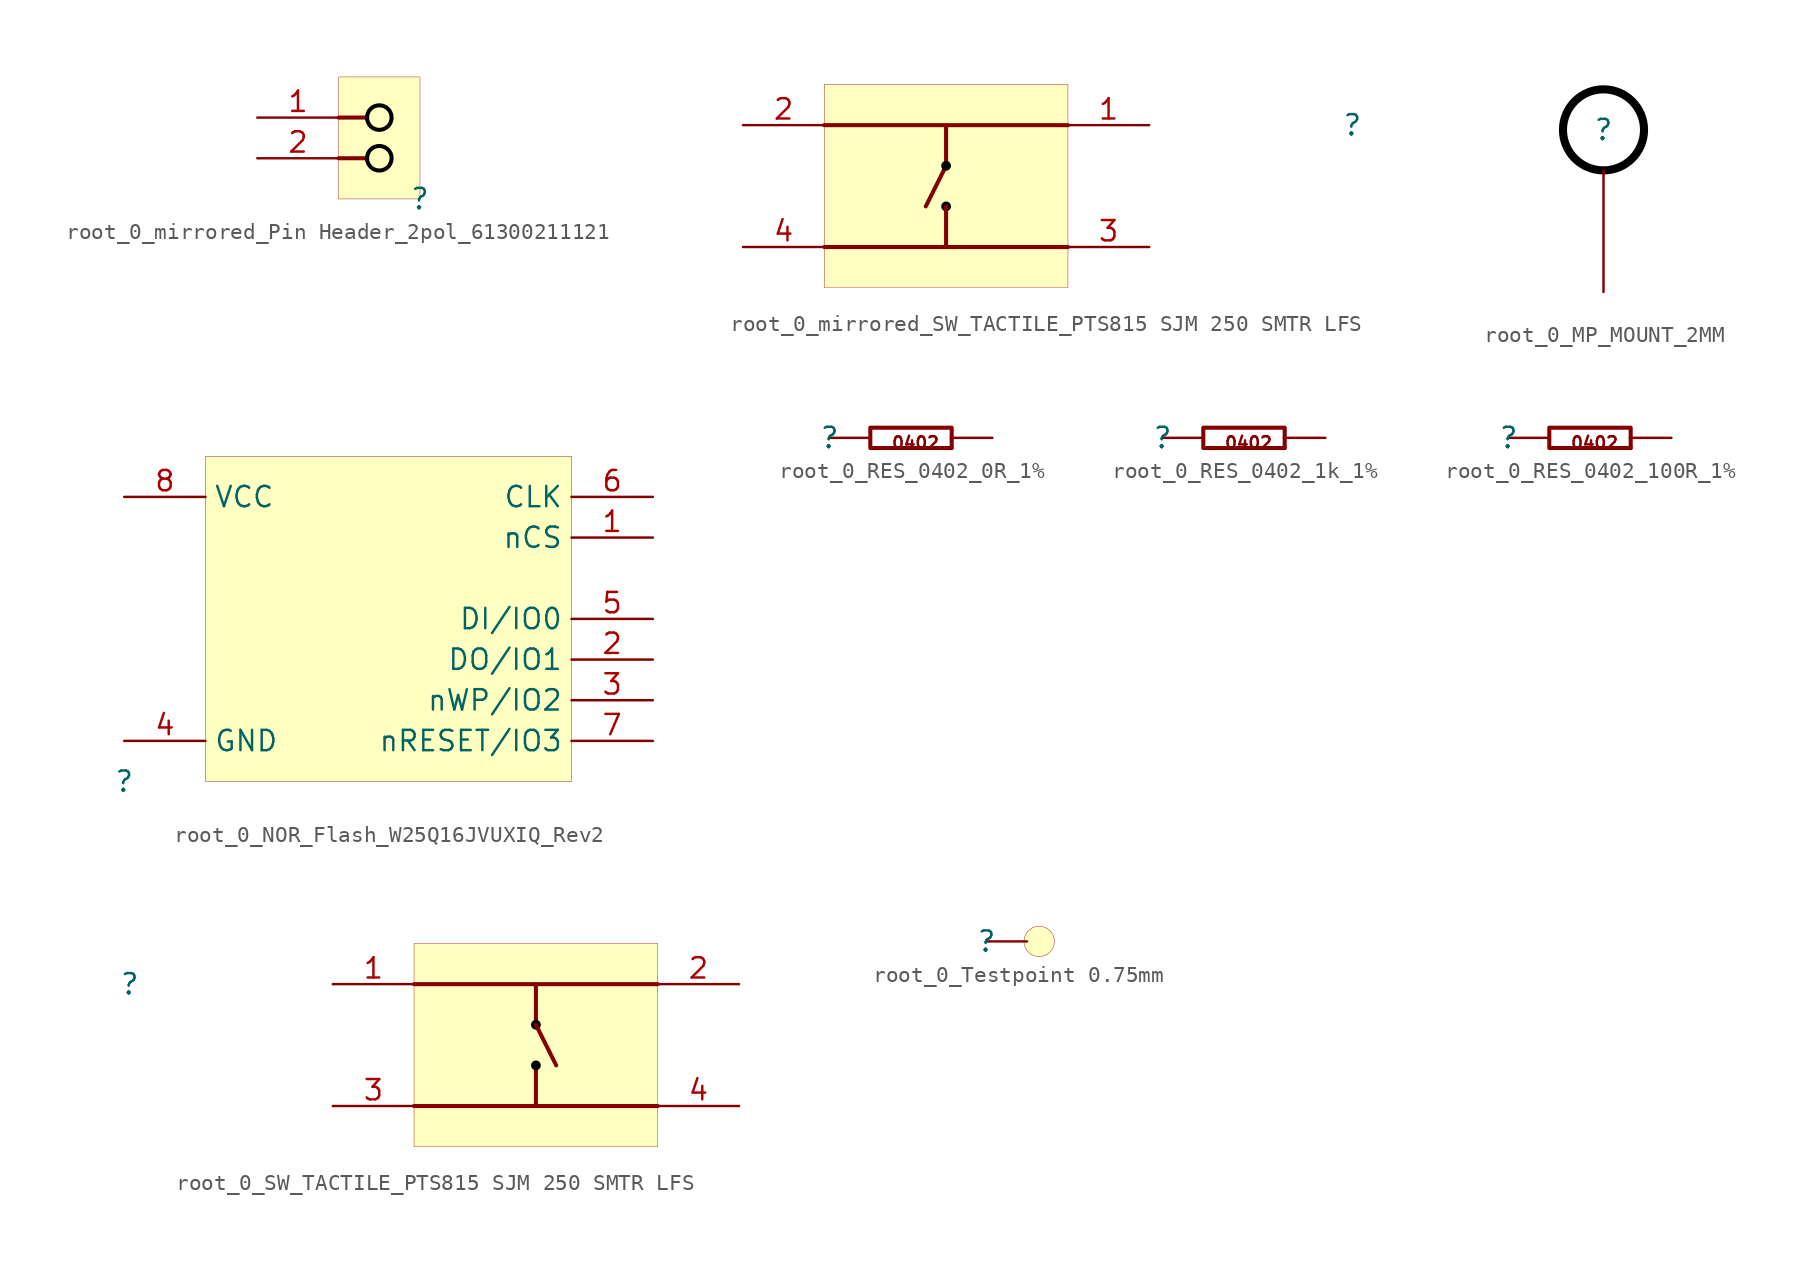
<source format=kicad_sym>
(kicad_symbol_lib
  (version 20231120)
  (generator "kicad_symbol_editor")
  (generator_version "8.0")
  (symbol "root_0_mirrored_Pin Header_2pol_61300211121"
    (property "Reference" ""
      (at 0 0 0)
      (effects (font (size 1.27 1.27))))
    (property "Value" ""
      (at 0 0 0)
      (effects (font (size 1.27 1.27))))
    (symbol "root_0_mirrored_Pin Header_2pol_61300211121_1_0"
      (circle (center -2.54 2.54) (radius 0.767) (stroke (width 0.254) (type solid) (color 0 0 0 1)) (fill (type none)))
      (circle (center -2.54 5.08) (radius 0.767) (stroke (width 0.254) (type solid) (color 0 0 0 1)) (fill (type none)))
      (polyline (pts (xy -5.08 2.54) (xy -3.302 2.54)) (stroke (width 0.254) (type solid)) (fill (type none)))
      (polyline (pts (xy -5.08 5.08) (xy -3.302 5.08)) (stroke (width 0.254) (type solid)) (fill (type none)))
      (rectangle (start 0 7.62) (end -5.08 0) (stroke (width 0.025) (type solid) (color 152 0 0 1)) (fill (type background)))
      (pin passive line (at -10.16 5.08 0) (length 5.08) (name "1" (effects (font (size 0 0)))) (number "1" (effects (font (size 1.27 1.27)))))
      (pin passive line (at -10.16 2.54 0) (length 5.08) (name "2" (effects (font (size 0 0)))) (number "2" (effects (font (size 1.27 1.27)))))))
  (symbol "root_0_mirrored_SW_TACTILE_PTS815 SJM 250 SMTR LFS"
    (property "Reference" ""
      (at 0 0 0)
      (effects (font (size 1.27 1.27))))
    (property "Value" ""
      (at 0 0 0)
      (effects (font (size 1.27 1.27))))
    (symbol "root_0_mirrored_SW_TACTILE_PTS815 SJM 250 SMTR LFS_1_0"
      (circle (center -25.4 -5.08) (radius 0.305) (stroke (width -0.0001) (type solid) (color 0 0 0 1)) (fill (type outline)))
      (circle (center -25.4 -2.54) (radius 0.305) (stroke (width -0.0001) (type solid) (color 0 0 0 1)) (fill (type outline)))
      (rectangle (start -17.78 2.54) (end -33.02 -10.16) (stroke (width 0.025) (type solid) (color 152 0 0 1)) (fill (type background)))
      (polyline (pts (xy -33.02 -7.62) (xy -17.78 -7.62)) (stroke (width 0.254) (type solid)) (fill (type none)))
      (polyline (pts (xy -26.67 -5.08) (xy -25.4 -2.54)) (stroke (width 0.254) (type solid)) (fill (type none)))
      (polyline (pts (xy -25.4 -5.08) (xy -25.4 -7.62)) (stroke (width 0.254) (type solid)) (fill (type none)))
      (polyline (pts (xy -25.4 0) (xy -25.4 -2.54)) (stroke (width 0.254) (type solid)) (fill (type none)))
      (polyline (pts (xy -17.78 0) (xy -33.02 0)) (stroke (width 0.254) (type solid)) (fill (type none)))
      (pin passive line (at -12.7 0 180) (length 5.08) (name "1" (effects (font (size 0 0)))) (number "1" (effects (font (size 1.27 1.27)))))
      (pin passive line (at -38.1 0 0) (length 5.08) (name "2" (effects (font (size 0 0)))) (number "2" (effects (font (size 1.27 1.27)))))
      (pin passive line (at -12.7 -7.62 180) (length 5.08) (name "1" (effects (font (size 0 0)))) (number "3" (effects (font (size 1.27 1.27)))))
      (pin passive line (at -38.1 -7.62 0) (length 5.08) (name "2" (effects (font (size 0 0)))) (number "4" (effects (font (size 1.27 1.27)))))))
  (symbol "root_0_MP_MOUNT_2MM"
    (property "Reference" ""
      (at 0 0 0)
      (effects (font (size 1.27 1.27))))
    (property "Value" ""
      (at 0 0 0)
      (effects (font (size 1.27 1.27))))
    (symbol "root_0_MP_MOUNT_2MM_1_0"
      (circle (center 0 0) (radius 2.54) (stroke (width 0.508) (type solid) (color 0 0 0 1)) (fill (type none)))
      (pin passive line (at 0 -10.16 90) (length 7.62) (name "1" (effects (font (size 0 0)))) (number "1" (effects (font (size 0 0)))))))
  (symbol "root_0_NOR_Flash_W25Q16JVUXIQ_Rev2"
    (property "Reference" ""
      (at 0 0 0)
      (effects (font (size 1.27 1.27))))
    (property "Value" ""
      (at 0 0 0)
      (effects (font (size 1.27 1.27))))
    (symbol "root_0_NOR_Flash_W25Q16JVUXIQ_Rev2_1_0"
      (rectangle (start 27.94 20.32) (end 5.08 0) (stroke (width 0.025) (type solid) (color 128 0 0 1)) (fill (type background)))
      (pin input line (at 33.02 15.24 180) (length 5.08) (name "nCS" (effects (font (size 1.27 1.27)))) (number "1" (effects (font (size 1.27 1.27)))))
      (pin bidirectional line (at 33.02 7.62 180) (length 5.08) (name "DO/IO1" (effects (font (size 1.27 1.27)))) (number "2" (effects (font (size 1.27 1.27)))))
      (pin bidirectional line (at 33.02 5.08 180) (length 5.08) (name "nWP/IO2" (effects (font (size 1.27 1.27)))) (number "3" (effects (font (size 1.27 1.27)))))
      (pin passive line (at 0 2.54 0) (length 5.08) (name "GND" (effects (font (size 1.27 1.27)))) (number "4" (effects (font (size 1.27 1.27)))))
      (pin bidirectional line (at 33.02 10.16 180) (length 5.08) (name "DI/IO0" (effects (font (size 1.27 1.27)))) (number "5" (effects (font (size 1.27 1.27)))))
      (pin input line (at 33.02 17.78 180) (length 5.08) (name "CLK" (effects (font (size 1.27 1.27)))) (number "6" (effects (font (size 1.27 1.27)))))
      (pin bidirectional line (at 33.02 2.54 180) (length 5.08) (name "nRESET/IO3" (effects (font (size 1.27 1.27)))) (number "7" (effects (font (size 1.27 1.27)))))
      (pin power_in line (at 0 17.78 0) (length 5.08) (name "VCC" (effects (font (size 1.27 1.27)))) (number "8" (effects (font (size 1.27 1.27)))))))
  (symbol "root_0_RES_0402_0R_1%"
    (property "Reference" ""
      (at 0 0 0)
      (effects (font (size 1.27 1.27))))
    (property "Value" ""
      (at 0 0 0)
      (effects (font (size 1.27 1.27))))
    (symbol "root_0_RES_0402_0R_1%_1_0"
      (polyline (pts (xy 7.62 -0.635) (xy 7.62 0)) (stroke (width 0.254) (type solid)) (fill (type none)))
      (polyline (pts (xy 7.62 0) (xy 7.62 0.635) (xy 2.54 0.635) (xy 2.54 -0.635) (xy 7.62 -0.635)) (stroke (width 0.254) (type solid)) (fill (type none)))
      (text "0402" (at 3.81 -0.762 0) (effects (font (size 0.762 0.762)) (justify left bottom)))
      (pin passive line (at 0 0 0) (length 2.54) (name "1" (effects (font (size 0 0)))) (number "1" (effects (font (size 0 0)))))
      (pin passive line (at 10.16 0 180) (length 2.54) (name "2" (effects (font (size 0 0)))) (number "2" (effects (font (size 0 0)))))))
  (symbol "root_0_RES_0402_1k_1%"
    (property "Reference" ""
      (at 0 0 0)
      (effects (font (size 1.27 1.27))))
    (property "Value" ""
      (at 0 0 0)
      (effects (font (size 1.27 1.27))))
    (symbol "root_0_RES_0402_1k_1%_1_0"
      (polyline (pts (xy 7.62 -0.635) (xy 7.62 0)) (stroke (width 0.254) (type solid)) (fill (type none)))
      (polyline (pts (xy 7.62 0) (xy 7.62 0.635) (xy 2.54 0.635) (xy 2.54 -0.635) (xy 7.62 -0.635)) (stroke (width 0.254) (type solid)) (fill (type none)))
      (text "0402" (at 3.81 -0.762 0) (effects (font (size 0.762 0.762)) (justify left bottom)))
      (pin passive line (at 0 0 0) (length 2.54) (name "1" (effects (font (size 0 0)))) (number "1" (effects (font (size 0 0)))))
      (pin passive line (at 10.16 0 180) (length 2.54) (name "2" (effects (font (size 0 0)))) (number "2" (effects (font (size 0 0)))))))
  (symbol "root_0_RES_0402_100R_1%"
    (property "Reference" ""
      (at 0 0 0)
      (effects (font (size 1.27 1.27))))
    (property "Value" ""
      (at 0 0 0)
      (effects (font (size 1.27 1.27))))
    (symbol "root_0_RES_0402_100R_1%_1_0"
      (polyline (pts (xy 7.62 -0.635) (xy 7.62 0)) (stroke (width 0.254) (type solid)) (fill (type none)))
      (polyline (pts (xy 7.62 0) (xy 7.62 0.635) (xy 2.54 0.635) (xy 2.54 -0.635) (xy 7.62 -0.635)) (stroke (width 0.254) (type solid)) (fill (type none)))
      (text "0402" (at 3.81 -0.762 0) (effects (font (size 0.762 0.762)) (justify left bottom)))
      (pin passive line (at 0 0 0) (length 2.54) (name "1" (effects (font (size 0 0)))) (number "1" (effects (font (size 0 0)))))
      (pin passive line (at 10.16 0 180) (length 2.54) (name "2" (effects (font (size 0 0)))) (number "2" (effects (font (size 0 0)))))))
  (symbol "root_0_SW_TACTILE_PTS815 SJM 250 SMTR LFS"
    (property "Reference" ""
      (at 0 0 0)
      (effects (font (size 1.27 1.27))))
    (property "Value" ""
      (at 0 0 0)
      (effects (font (size 1.27 1.27))))
    (symbol "root_0_SW_TACTILE_PTS815 SJM 250 SMTR LFS_1_0"
      (polyline (pts (xy 17.78 0) (xy 33.02 0)) (stroke (width 0.254) (type solid)) (fill (type none)))
      (polyline (pts (xy 25.4 -5.08) (xy 25.4 -7.62)) (stroke (width 0.254) (type solid)) (fill (type none)))
      (polyline (pts (xy 25.4 0) (xy 25.4 -2.54)) (stroke (width 0.254) (type solid)) (fill (type none)))
      (polyline (pts (xy 26.67 -5.08) (xy 25.4 -2.54)) (stroke (width 0.254) (type solid)) (fill (type none)))
      (polyline (pts (xy 33.02 -7.62) (xy 17.78 -7.62)) (stroke (width 0.254) (type solid)) (fill (type none)))
      (circle (center 25.4 -5.08) (radius 0.305) (stroke (width -0.0001) (type solid) (color 0 0 0 1)) (fill (type outline)))
      (circle (center 25.4 -2.54) (radius 0.305) (stroke (width -0.0001) (type solid) (color 0 0 0 1)) (fill (type outline)))
      (rectangle (start 33.02 2.54) (end 17.78 -10.16) (stroke (width 0.025) (type solid) (color 152 0 0 1)) (fill (type background)))
      (pin passive line (at 12.7 0 0) (length 5.08) (name "1" (effects (font (size 0 0)))) (number "1" (effects (font (size 1.27 1.27)))))
      (pin passive line (at 38.1 0 180) (length 5.08) (name "2" (effects (font (size 0 0)))) (number "2" (effects (font (size 1.27 1.27)))))
      (pin passive line (at 12.7 -7.62 0) (length 5.08) (name "1" (effects (font (size 0 0)))) (number "3" (effects (font (size 1.27 1.27)))))
      (pin passive line (at 38.1 -7.62 180) (length 5.08) (name "2" (effects (font (size 0 0)))) (number "4" (effects (font (size 1.27 1.27)))))))
  (symbol "root_0_Testpoint 0.75mm"
    (property "Reference" ""
      (at 0 0 0)
      (effects (font (size 1.27 1.27))))
    (property "Value" ""
      (at 0 0 0)
      (effects (font (size 1.27 1.27))))
    (symbol "root_0_Testpoint 0.75mm_1_0"
      (circle (center 3.302 0) (radius 0.953) (stroke (width 0.025) (type solid)) (fill (type background)))
      (pin passive line (at 0 0 0) (length 2.54) (name "TP" (effects (font (size 0 0)))) (number "TP" (effects (font (size 0 0))))))))
</source>
